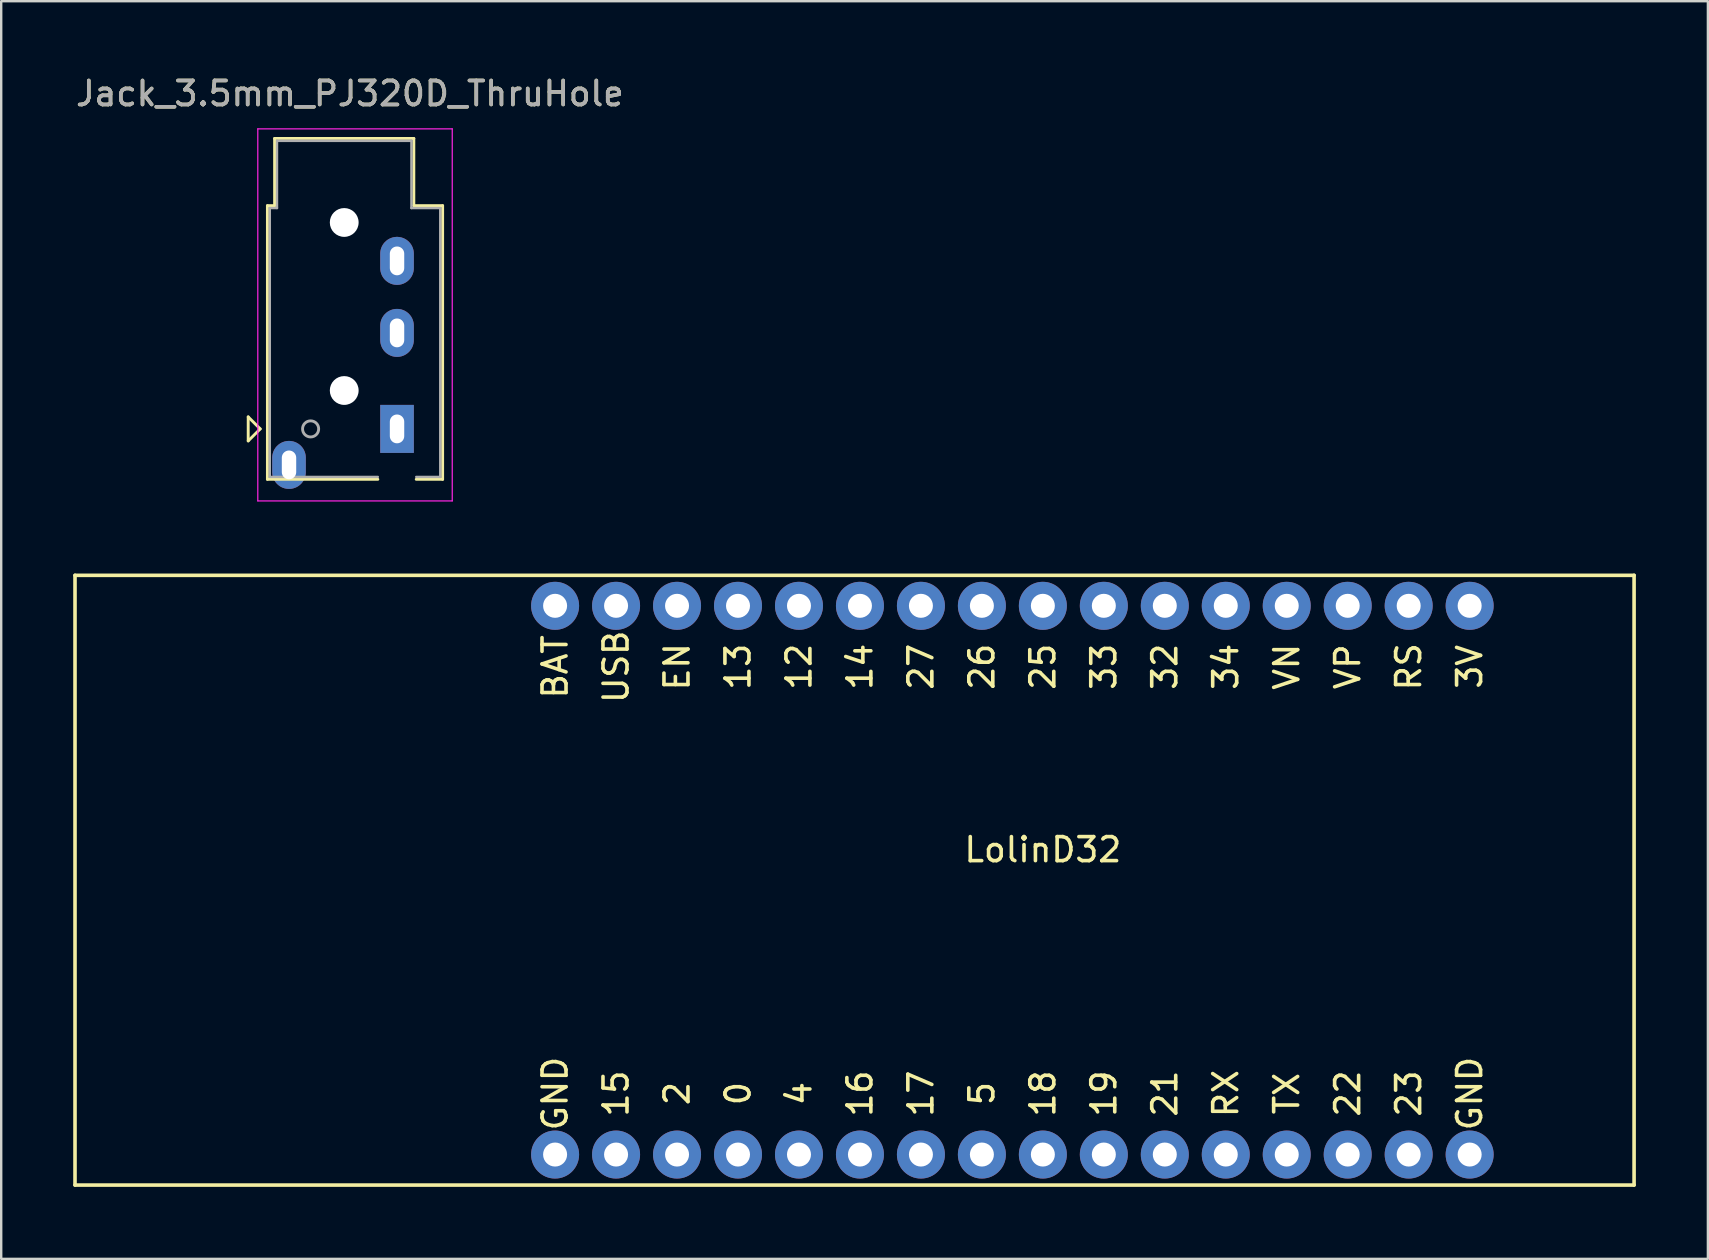
<source format=kicad_pcb>
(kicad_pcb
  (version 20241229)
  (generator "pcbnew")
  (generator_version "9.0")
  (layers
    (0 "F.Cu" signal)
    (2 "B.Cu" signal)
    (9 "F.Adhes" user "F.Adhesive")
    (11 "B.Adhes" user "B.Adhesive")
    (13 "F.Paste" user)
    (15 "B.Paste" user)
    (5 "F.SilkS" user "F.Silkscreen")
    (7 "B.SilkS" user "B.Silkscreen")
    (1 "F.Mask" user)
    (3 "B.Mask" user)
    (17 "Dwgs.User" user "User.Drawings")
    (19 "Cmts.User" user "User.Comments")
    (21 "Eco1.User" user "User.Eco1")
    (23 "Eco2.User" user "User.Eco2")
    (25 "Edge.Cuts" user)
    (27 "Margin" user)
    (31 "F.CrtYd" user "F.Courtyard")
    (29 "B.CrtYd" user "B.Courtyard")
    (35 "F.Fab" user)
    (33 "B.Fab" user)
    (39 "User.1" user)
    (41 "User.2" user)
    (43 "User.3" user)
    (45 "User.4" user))
  (footprint "LolinD32"
    (layer "F.Cu")
    (at 40.395 32.348)
    (property "Reference" "LolinD32" (at 0 0 0) (layer "F.SilkS") (effects (font (size 1 1) (thickness 0.15))))
    (attr through_hole)
    (fp_line (start -40.32 -11.43) (end -40.32 13.97) (stroke (width 0.15) (type solid)) (layer "F.SilkS"))
    (fp_line (start -40.32 13.97) (end 24.63 13.97) (stroke (width 0.15) (type solid)) (layer "F.SilkS"))
    (fp_line (start 24.63 -11.43) (end -40.32 -11.43) (stroke (width 0.15) (type solid)) (layer "F.SilkS"))
    (fp_line (start 24.63 13.97) (end 24.63 -11.43) (stroke (width 0.15) (type solid)) (layer "F.SilkS"))
    (fp_text user "22" (at 12.7 10.16 90) (layer "F.SilkS") (effects (font (size 1 1) (thickness 0.15))))
    (fp_text user "GND" (at -20.32 10.16 90) (layer "F.SilkS") (effects (font (size 1 1) (thickness 0.15))))
    (fp_text user "19" (at 2.54 10.16 90) (layer "F.SilkS") (effects (font (size 1 1) (thickness 0.15))))
    (fp_text user "2" (at -15.24 10.16 90) (unlocked yes) (layer "F.SilkS") (effects (font (size 1 1) (thickness 0.15))))
    (fp_text user "GND" (at 17.78 10.16 90) (layer "F.SilkS") (effects (font (size 1 1) (thickness 0.15))))
    (fp_text user "26" (at -2.54 -7.62 90) (layer "F.SilkS") (effects (font (size 1 1) (thickness 0.15))))
    (fp_text user "EN" (at -15.24 -7.62 90) (layer "F.SilkS") (effects (font (size 1 1) (thickness 0.15))))
    (fp_text user "4" (at -10.16 10.16 90) (layer "F.SilkS") (effects (font (size 1 1) (thickness 0.15))))
    (fp_text user "27" (at -5.08 -7.62 90) (layer "F.SilkS") (effects (font (size 1 1) (thickness 0.15))))
    (fp_text user "USB" (at -17.78 -7.62 90) (layer "F.SilkS") (effects (font (size 1 1) (thickness 0.15))))
    (fp_text user "12" (at -10.16 -7.62 90) (layer "F.SilkS") (effects (font (size 1 1) (thickness 0.15))))
    (fp_text user "15" (at -17.78 10.16 90) (layer "F.SilkS") (effects (font (size 1 1) (thickness 0.15))))
    (fp_text user "VP" (at 12.7 -7.62 90) (layer "F.SilkS") (effects (font (size 1 1) (thickness 0.15))))
    (fp_text user "34" (at 7.62 -7.62 90) (layer "F.SilkS") (effects (font (size 1 1) (thickness 0.15))))
    (fp_text user "33" (at 2.54 -7.62 90) (layer "F.SilkS") (effects (font (size 1 1) (thickness 0.15))))
    (fp_text user "0" (at -12.7 10.16 90) (layer "F.SilkS") (effects (font (size 1 1) (thickness 0.15))))
    (fp_text user "32" (at 5.08 -7.62 90) (layer "F.SilkS") (effects (font (size 1 1) (thickness 0.15))))
    (fp_text user "18" (at 0 10.16 90) (layer "F.SilkS") (effects (font (size 1 1) (thickness 0.15))))
    (fp_text user "17" (at -5.08 10.16 90) (layer "F.SilkS") (effects (font (size 1 1) (thickness 0.15))))
    (fp_text user "21" (at 5.08 10.16 90) (layer "F.SilkS") (effects (font (size 1 1) (thickness 0.15))))
    (fp_text user "RS" (at 15.24 -7.62 90) (layer "F.SilkS") (effects (font (size 1 1) (thickness 0.15))))
    (fp_text user "TX" (at 10.16 10.16 90) (layer "F.SilkS") (effects (font (size 1 1) (thickness 0.15))))
    (fp_text user "VN" (at 10.16 -7.62 90) (layer "F.SilkS") (effects (font (size 1 1) (thickness 0.15))))
    (fp_text user "25" (at 0 -7.62 90) (layer "F.SilkS") (effects (font (size 1 1) (thickness 0.15))))
    (fp_text user "5" (at -2.54 10.16 90) (layer "F.SilkS") (effects (font (size 1 1) (thickness 0.15))))
    (fp_text user "3V" (at 17.78 -7.62 90) (layer "F.SilkS") (effects (font (size 1 1) (thickness 0.15))))
    (fp_text user "13" (at -12.7 -7.62 90) (layer "F.SilkS") (effects (font (size 1 1) (thickness 0.15))))
    (fp_text user "14" (at -7.62 -7.62 90) (layer "F.SilkS") (effects (font (size 1 1) (thickness 0.15))))
    (fp_text user "16" (at -7.62 10.16 90) (layer "F.SilkS") (effects (font (size 1 1) (thickness 0.15))))
    (fp_text user "RX" (at 7.62 10.16 90) (layer "F.SilkS") (effects (font (size 1 1) (thickness 0.15))))
    (fp_text user "BAT" (at -20.32 -7.62 90) (layer "F.SilkS") (effects (font (size 1 1) (thickness 0.15))))
    (fp_text user "23" (at 15.24 10.16 90) (layer "F.SilkS") (effects (font (size 1 1) (thickness 0.15))))
    (pad "1" thru_hole circle (at -20.32 -10.16) (size 2 2) (drill 1) (layers "*.Cu" "*.Mask"))
    (pad "2" thru_hole circle (at -17.78 -10.16) (size 2 2) (drill 1) (layers "*.Cu" "*.Mask"))
    (pad "3" thru_hole circle (at -15.24 -10.16) (size 2 2) (drill 1) (layers "*.Cu" "*.Mask"))
    (pad "4" thru_hole circle (at -12.7 -10.16) (size 2 2) (drill 1) (layers "*.Cu" "*.Mask"))
    (pad "5" thru_hole circle (at -10.16 -10.16) (size 2 2) (drill 1) (layers "*.Cu" "*.Mask"))
    (pad "6" thru_hole circle (at -7.62 -10.16) (size 2 2) (drill 1) (layers "*.Cu" "*.Mask"))
    (pad "7" thru_hole circle (at -5.08 -10.16) (size 2 2) (drill 1) (layers "*.Cu" "*.Mask"))
    (pad "8" thru_hole circle (at -2.54 -10.16) (size 2 2) (drill 1) (layers "*.Cu" "*.Mask"))
    (pad "9" thru_hole circle (at 0 -10.16) (size 2 2) (drill 1) (layers "*.Cu" "*.Mask"))
    (pad "10" thru_hole circle (at 2.54 -10.16) (size 2 2) (drill 1) (layers "*.Cu" "*.Mask"))
    (pad "11" thru_hole circle (at 5.08 -10.16) (size 2 2) (drill 1) (layers "*.Cu" "*.Mask"))
    (pad "12" thru_hole circle (at 7.62 -10.16) (size 2 2) (drill 1) (layers "*.Cu" "*.Mask"))
    (pad "13" thru_hole circle (at 10.16 -10.16) (size 2 2) (drill 1) (layers "*.Cu" "*.Mask"))
    (pad "14" thru_hole circle (at 12.7 -10.16) (size 2 2) (drill 1) (layers "*.Cu" "*.Mask"))
    (pad "15" thru_hole circle (at 15.24 -10.16) (size 2 2) (drill 1) (layers "*.Cu" "*.Mask"))
    (pad "16" thru_hole circle (at 17.78 -10.16) (size 2 2) (drill 1) (layers "*.Cu" "*.Mask"))
    (pad "17" thru_hole circle (at -20.32 12.7) (size 2 2) (drill 1) (layers "*.Cu" "*.Mask"))
    (pad "18" thru_hole circle (at -17.78 12.7) (size 2 2) (drill 1) (layers "*.Cu" "*.Mask"))
    (pad "19" thru_hole circle (at -15.24 12.7) (size 2 2) (drill 1) (layers "*.Cu" "*.Mask"))
    (pad "20" thru_hole circle (at -12.7 12.7) (size 2 2) (drill 1) (layers "*.Cu" "*.Mask"))
    (pad "21" thru_hole circle (at -10.16 12.7) (size 2 2) (drill 1) (layers "*.Cu" "*.Mask"))
    (pad "22" thru_hole circle (at -7.62 12.7) (size 2 2) (drill 1) (layers "*.Cu" "*.Mask"))
    (pad "23" thru_hole circle (at -5.08 12.7) (size 2 2) (drill 1) (layers "*.Cu" "*.Mask"))
    (pad "24" thru_hole circle (at -2.54 12.7) (size 2 2) (drill 1) (layers "*.Cu" "*.Mask"))
    (pad "25" thru_hole circle (at 0 12.7) (size 2 2) (drill 1) (layers "*.Cu" "*.Mask"))
    (pad "26" thru_hole circle (at 2.54 12.7) (size 2 2) (drill 1) (layers "*.Cu" "*.Mask"))
    (pad "27" thru_hole circle (at 5.08 12.7) (size 2 2) (drill 1) (layers "*.Cu" "*.Mask"))
    (pad "28" thru_hole circle (at 7.62 12.7) (size 2 2) (drill 1) (layers "*.Cu" "*.Mask"))
    (pad "29" thru_hole circle (at 10.16 12.7) (size 2 2) (drill 1) (layers "*.Cu" "*.Mask"))
    (pad "30" thru_hole circle (at 12.7 12.7) (size 2 2) (drill 1) (layers "*.Cu" "*.Mask"))
    (pad "31" thru_hole circle (at 15.24 12.7) (size 2 2) (drill 1) (layers "*.Cu" "*.Mask"))
    (pad "32" thru_hole circle (at 17.78 12.7) (size 2 2) (drill 1) (layers "*.Cu" "*.Mask")))
  (footprint "Jack_3.5mm_PJ320D_ThruHole"
    (layer "F.Cu")
    (at 8.99 14.818)
    (property "Reference" "Jack_3.5mm_PJ320D_ThruHole" (at 2.54 -13.97 0) (layer "F.SilkS") (effects (font (size 1 1) (thickness 0.15))))
    (attr through_hole)
    (fp_line (start -1.7 -0.5) (end -1.7 0.5) (stroke (width 0.12) (type solid)) (layer "F.SilkS"))
    (fp_line (start -1.7 0.5) (end -1.2 0) (stroke (width 0.12) (type solid)) (layer "F.SilkS"))
    (fp_line (start -1.2 0) (end -1.7 -0.5) (stroke (width 0.12) (type solid)) (layer "F.SilkS"))
    (fp_line (start -0.9 -9.3) (end -0.9 2.1) (stroke (width 0.12) (type solid)) (layer "F.SilkS"))
    (fp_line (start -0.9 -9.3) (end -0.6 -9.3) (stroke (width 0.12) (type solid)) (layer "F.SilkS"))
    (fp_line (start -0.9 2.1) (end 3.7 2.1) (stroke (width 0.12) (type solid)) (layer "F.SilkS"))
    (fp_line (start -0.6 -9.3) (end -0.6 -12.1) (stroke (width 0.12) (type solid)) (layer "F.SilkS"))
    (fp_line (start 5.2 -12.1) (end -0.6 -12.1) (stroke (width 0.12) (type solid)) (layer "F.SilkS"))
    (fp_line (start 5.2 -9.3) (end 5.2 -12.1) (stroke (width 0.12) (type solid)) (layer "F.SilkS"))
    (fp_line (start 5.2 -9.3) (end 6.4 -9.3) (stroke (width 0.12) (type solid)) (layer "F.SilkS"))
    (fp_line (start 6.4 -9.3) (end 6.4 2.1) (stroke (width 0.12) (type solid)) (layer "F.SilkS"))
    (fp_line (start 6.4 2.1) (end 5.3 2.1) (stroke (width 0.12) (type solid)) (layer "F.SilkS"))
    (fp_line (start -1.3 -12.5) (end -1.3 3) (stroke (width 0.05) (type solid)) (layer "F.CrtYd"))
    (fp_line (start -1.3 -12.5) (end 6.8 -12.5) (stroke (width 0.05) (type solid)) (layer "F.CrtYd"))
    (fp_line (start -1.3 3) (end 6.8 3) (stroke (width 0.05) (type solid)) (layer "F.CrtYd"))
    (fp_line (start 6.8 -12.5) (end 6.8 3) (stroke (width 0.05) (type solid)) (layer "F.CrtYd"))
    (fp_line (start -0.8 -9.2) (end -0.5 -9.2) (stroke (width 0.1) (type solid)) (layer "F.Fab"))
    (fp_line (start -0.8 2) (end -0.8 -9.2) (stroke (width 0.1) (type solid)) (layer "F.Fab"))
    (fp_line (start -0.5 -12) (end 5.1 -12) (stroke (width 0.1) (type solid)) (layer "F.Fab"))
    (fp_line (start -0.5 -9.2) (end -0.5 -12) (stroke (width 0.1) (type solid)) (layer "F.Fab"))
    (fp_line (start 3.7 2) (end -0.8 2) (stroke (width 0.1) (type solid)) (layer "F.Fab"))
    (fp_line (start 5.1 -12) (end 5.1 -9.2) (stroke (width 0.1) (type solid)) (layer "F.Fab"))
    (fp_line (start 5.1 -9.2) (end 6.3 -9.2) (stroke (width 0.1) (type solid)) (layer "F.Fab"))
    (fp_line (start 6.3 -9.2) (end 6.3 2) (stroke (width 0.1) (type solid)) (layer "F.Fab"))
    (fp_line (start 6.3 2) (end 5.3 2) (stroke (width 0.1) (type solid)) (layer "F.Fab"))
    (fp_circle (center 0.9 0) (end 1.2 0.15) (stroke (width 0.12) (type solid)) (fill no) (layer "F.Fab"))
    (fp_text user "${REFERENCE}" (at 2.54 -13.97 0) (layer "F.Fab") (effects (font (size 1 1) (thickness 0.15))))
    (pad "" np_thru_hole circle (at 2.3 -8.6 270) (size 1.2 1.2) (drill 1.2) (layers "*.Cu" "*.Mask"))
    (pad "" np_thru_hole circle (at 2.3 -1.6 270) (size 1.2 1.2) (drill 1.2) (layers "*.Cu" "*.Mask"))
    (pad "R1" thru_hole oval (at 4.5 -4 270) (size 2 1.4) (drill oval 1.2 0.6) (layers "*.Cu" "*.Mask"))
    (pad "R2" thru_hole oval (at 4.5 -7 270) (size 2 1.4) (drill oval 1.2 0.6) (layers "*.Cu" "*.Mask"))
    (pad "S" thru_hole rect (at 4.5 0 270) (size 2 1.4) (drill oval 1.2 0.6) (layers "*.Cu" "*.Mask"))
    (pad "T" thru_hole oval (at 0 1.5 270) (size 2 1.4) (drill oval 1.2 0.6) (layers "*.Cu" "*.Mask")))
  (gr_rect
    (start -3 -3)
    (end 68.1 49.393)
    (stroke (width 0.1) (type default))
    (fill no)
    (layer "Edge.Cuts")))
</source>
